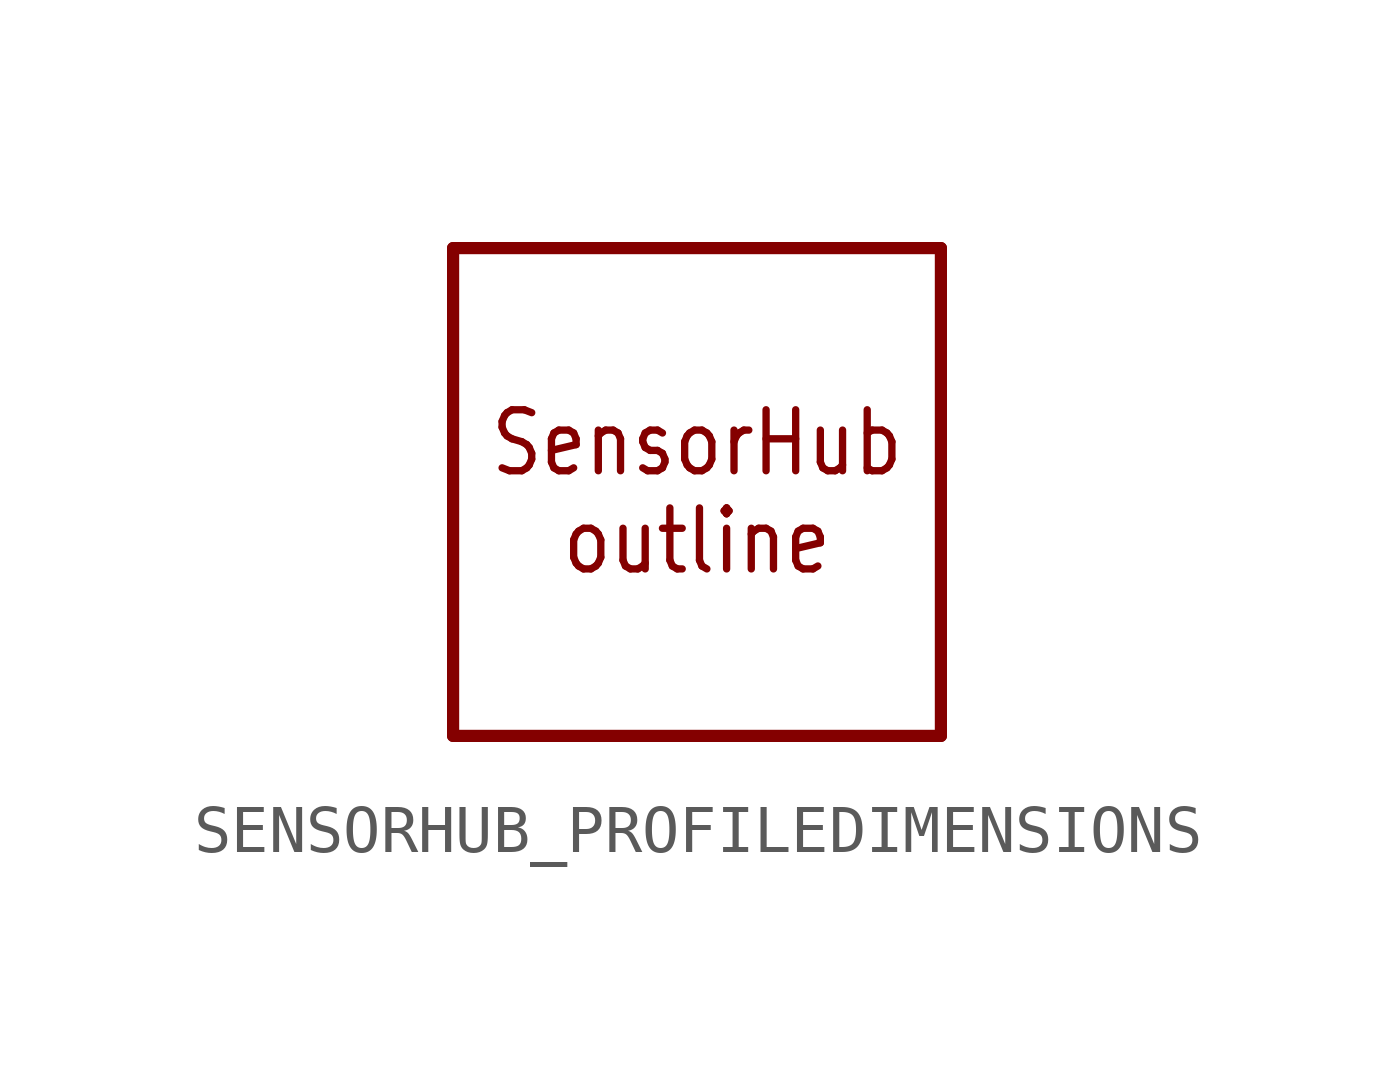
<source format=kicad_sym>
(kicad_symbol_lib
  (version 20241209)
  (generator "kicad_symbol_editor")
  (generator_version "9.0")
  (symbol "SENSORHUB_PROFILEDIMENSIONS"
    (property "Reference" ""
      (at 0 0 0)
      (effects (font (size 1.27 1.27)) (hide yes)))
    (property "ki_locked" ""
      (at 0 0 0)
      (effects (font (size 1.27 1.27))))
    (symbol "SENSORHUB_PROFILEDIMENSIONS_1_0"
      (polyline (pts (xy -5.08 5.08) (xy -5.08 -5.08)) (stroke (width 0.254) (type solid)) (fill (type none)))
      (polyline (pts (xy -5.08 -5.08) (xy 5.08 -5.08)) (stroke (width 0.254) (type solid)) (fill (type none)))
      (polyline (pts (xy 5.08 5.08) (xy -5.08 5.08)) (stroke (width 0.254) (type solid)) (fill (type none)))
      (polyline (pts (xy 5.08 -5.08) (xy 5.08 5.08)) (stroke (width 0.254) (type solid)) (fill (type none)))
      (text "SensorHub\noutline" (at 0 0 0) (effects (font (size 1.27 1.079)))))))
</source>
